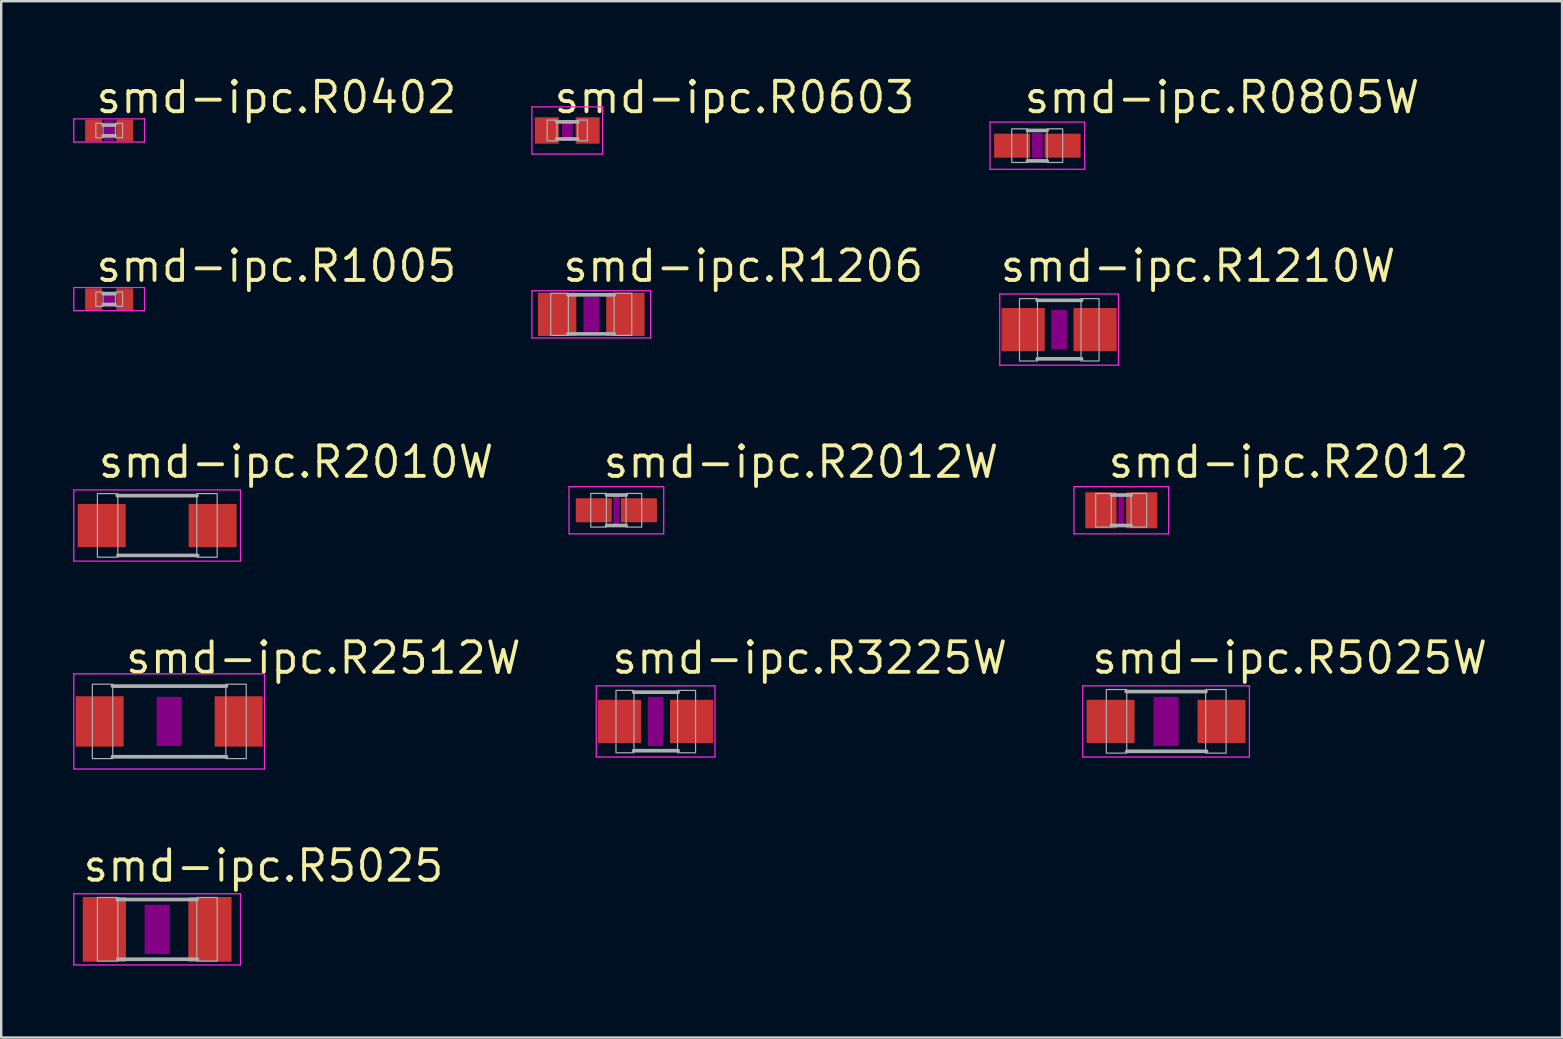
<source format=kicad_pcb>
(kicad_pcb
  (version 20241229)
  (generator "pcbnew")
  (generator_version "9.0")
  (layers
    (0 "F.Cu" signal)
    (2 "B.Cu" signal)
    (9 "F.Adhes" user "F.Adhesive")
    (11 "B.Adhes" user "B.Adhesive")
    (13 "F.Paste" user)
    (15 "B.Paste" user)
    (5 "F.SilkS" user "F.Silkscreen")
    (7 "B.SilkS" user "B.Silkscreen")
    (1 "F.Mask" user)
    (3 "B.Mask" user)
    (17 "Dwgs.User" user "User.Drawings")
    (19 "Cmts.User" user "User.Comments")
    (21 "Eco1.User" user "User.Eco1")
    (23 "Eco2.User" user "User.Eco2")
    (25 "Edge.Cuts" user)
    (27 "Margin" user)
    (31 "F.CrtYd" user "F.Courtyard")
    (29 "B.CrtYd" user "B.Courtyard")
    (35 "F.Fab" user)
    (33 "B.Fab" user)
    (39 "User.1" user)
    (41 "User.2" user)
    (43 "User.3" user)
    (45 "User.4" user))
  (footprint "smd-ipc.R1005"
    (layer "F.Cu")
    (at 1.498 9.413)
    (property "Reference" "smd-ipc.R1005" (at -0.635 -0.635 0) (layer "F.SilkS") (effects (font (size 1.27 1.27) (thickness 0.16)) (justify left bottom)))
    (attr smd)
    (fp_rect (start -0.2 0.3) (end 0.2 -0.3) (stroke (width 0.05) (type default)) (fill yes) (layer "F.Adhes"))
    (fp_line (start -1.473 -0.483) (end 1.473 -0.483) (stroke (width 0.051) (type default)) (layer "F.CrtYd"))
    (fp_line (start -1.473 0.483) (end -1.473 -0.483) (stroke (width 0.051) (type default)) (layer "F.CrtYd"))
    (fp_line (start 1.473 -0.483) (end 1.473 0.483) (stroke (width 0.051) (type default)) (layer "F.CrtYd"))
    (fp_line (start 1.473 0.483) (end -1.473 0.483) (stroke (width 0.051) (type default)) (layer "F.CrtYd"))
    (fp_line (start -0.245 -0.224) (end 0.245 -0.224) (stroke (width 0.152) (type default)) (layer "F.Fab"))
    (fp_line (start 0.245 0.224) (end -0.245 0.224) (stroke (width 0.152) (type default)) (layer "F.Fab"))
    (fp_rect (start -0.554 0.305) (end -0.254 -0.295) (stroke (width 0.05) (type default)) (fill no) (layer "F.Fab"))
    (fp_rect (start 0.259 0.305) (end 0.559 -0.295) (stroke (width 0.05) (type default)) (fill no) (layer "F.Fab"))
    (pad "1" smd roundrect (at -0.65 0) (size 0.7 0.9) (layers "F.Cu" "F.Mask" "F.Paste") (roundrect_rratio 0.01))
    (pad "2" smd roundrect (at 0.65 0) (size 0.7 0.9) (layers "F.Cu" "F.Mask" "F.Paste") (roundrect_rratio 0.01)))
  (footprint "smd-ipc.R5025W"
    (layer "F.Cu")
    (at 45.536 27.01)
    (property "Reference" "smd-ipc.R5025W" (at -3.175 -1.905 0) (layer "F.SilkS") (effects (font (size 1.27 1.27) (thickness 0.16)) (justify left bottom)))
    (attr smd)
    (fp_rect (start -0.5 1) (end 0.5 -1) (stroke (width 0.05) (type default)) (fill yes) (layer "F.Adhes"))
    (fp_line (start -3.473 -1.483) (end 3.473 -1.483) (stroke (width 0.051) (type default)) (layer "F.CrtYd"))
    (fp_line (start -3.473 1.483) (end -3.473 -1.483) (stroke (width 0.051) (type default)) (layer "F.CrtYd"))
    (fp_line (start 3.473 -1.483) (end 3.473 1.483) (stroke (width 0.051) (type default)) (layer "F.CrtYd"))
    (fp_line (start 3.473 1.483) (end -3.473 1.483) (stroke (width 0.051) (type default)) (layer "F.CrtYd"))
    (fp_line (start -1.662 -1.245) (end 1.662 -1.245) (stroke (width 0.152) (type default)) (layer "F.Fab"))
    (fp_line (start -1.637 1.245) (end 1.687 1.245) (stroke (width 0.152) (type default)) (layer "F.Fab"))
    (fp_rect (start -2.489 1.321) (end -1.639 -1.329) (stroke (width 0.05) (type default)) (fill no) (layer "F.Fab"))
    (fp_rect (start 1.651 1.321) (end 2.501 -1.329) (stroke (width 0.05) (type default)) (fill no) (layer "F.Fab"))
    (pad "1" smd roundrect (at -2.311 0) (size 2 1.8) (layers "F.Cu" "F.Mask" "F.Paste") (roundrect_rratio 0.01))
    (pad "2" smd roundrect (at 2.311 0) (size 2 1.8) (layers "F.Cu" "F.Mask" "F.Paste") (roundrect_rratio 0.01)))
  (footprint "smd-ipc.R5025"
    (layer "F.Cu")
    (at 3.498 35.674)
    (property "Reference" "smd-ipc.R5025" (at -3.175 -1.905 0) (layer "F.SilkS") (effects (font (size 1.27 1.27) (thickness 0.16)) (justify left bottom)))
    (attr smd)
    (fp_rect (start -0.5 1) (end 0.5 -1) (stroke (width 0.05) (type default)) (fill yes) (layer "F.Adhes"))
    (fp_line (start -3.473 -1.483) (end 3.473 -1.483) (stroke (width 0.051) (type default)) (layer "F.CrtYd"))
    (fp_line (start -3.473 1.483) (end -3.473 -1.483) (stroke (width 0.051) (type default)) (layer "F.CrtYd"))
    (fp_line (start 3.473 -1.483) (end 3.473 1.483) (stroke (width 0.051) (type default)) (layer "F.CrtYd"))
    (fp_line (start 3.473 1.483) (end -3.473 1.483) (stroke (width 0.051) (type default)) (layer "F.CrtYd"))
    (fp_line (start -1.662 -1.245) (end 1.662 -1.245) (stroke (width 0.152) (type default)) (layer "F.Fab"))
    (fp_line (start -1.637 1.245) (end 1.687 1.245) (stroke (width 0.152) (type default)) (layer "F.Fab"))
    (fp_rect (start -2.489 1.321) (end -1.639 -1.329) (stroke (width 0.05) (type default)) (fill no) (layer "F.Fab"))
    (fp_rect (start 1.651 1.321) (end 2.501 -1.329) (stroke (width 0.05) (type default)) (fill no) (layer "F.Fab"))
    (pad "1" smd roundrect (at -2.2 0) (size 1.8 2.7) (layers "F.Cu" "F.Mask" "F.Paste") (roundrect_rratio 0.01))
    (pad "2" smd roundrect (at 2.2 0) (size 1.8 2.7) (layers "F.Cu" "F.Mask" "F.Paste") (roundrect_rratio 0.01)))
  (footprint "smd-ipc.R2010W"
    (layer "F.Cu")
    (at 3.498 18.847)
    (property "Reference" "smd-ipc.R2010W" (at -2.54 -1.905 0) (layer "F.SilkS") (effects (font (size 1.27 1.27) (thickness 0.16)) (justify left bottom)))
    (attr smd)
    (fp_line (start -3.473 -1.483) (end 3.473 -1.483) (stroke (width 0.051) (type default)) (layer "F.CrtYd"))
    (fp_line (start -3.473 1.483) (end -3.473 -1.483) (stroke (width 0.051) (type default)) (layer "F.CrtYd"))
    (fp_line (start 3.473 -1.483) (end 3.473 1.483) (stroke (width 0.051) (type default)) (layer "F.CrtYd"))
    (fp_line (start 3.473 1.483) (end -3.473 1.483) (stroke (width 0.051) (type default)) (layer "F.CrtYd"))
    (fp_line (start -1.662 -1.245) (end 1.662 -1.245) (stroke (width 0.152) (type default)) (layer "F.Fab"))
    (fp_line (start -1.637 1.245) (end 1.687 1.245) (stroke (width 0.152) (type default)) (layer "F.Fab"))
    (fp_rect (start -2.489 1.321) (end -1.639 -1.329) (stroke (width 0.05) (type default)) (fill no) (layer "F.Fab"))
    (fp_rect (start 1.651 1.321) (end 2.501 -1.329) (stroke (width 0.05) (type default)) (fill no) (layer "F.Fab"))
    (pad "1" smd roundrect (at -2.311 0) (size 2 1.8) (layers "F.Cu" "F.Mask" "F.Paste") (roundrect_rratio 0.01))
    (pad "2" smd roundrect (at 2.311 0) (size 2 1.8) (layers "F.Cu" "F.Mask" "F.Paste") (roundrect_rratio 0.01)))
  (footprint "smd-ipc.R2512W"
    (layer "F.Cu")
    (at 3.998 27.01)
    (property "Reference" "smd-ipc.R2512W" (at -1.905 -1.905 0) (layer "F.SilkS") (effects (font (size 1.27 1.27) (thickness 0.16)) (justify left bottom)))
    (attr smd)
    (fp_rect (start -0.5 1) (end 0.5 -1) (stroke (width 0.05) (type default)) (fill yes) (layer "F.Adhes"))
    (fp_line (start -3.973 -1.983) (end 3.973 -1.983) (stroke (width 0.051) (type default)) (layer "F.CrtYd"))
    (fp_line (start -3.973 1.983) (end -3.973 -1.983) (stroke (width 0.051) (type default)) (layer "F.CrtYd"))
    (fp_line (start 3.973 -1.983) (end 3.973 1.983) (stroke (width 0.051) (type default)) (layer "F.CrtYd"))
    (fp_line (start 3.973 1.983) (end -3.973 1.983) (stroke (width 0.051) (type default)) (layer "F.CrtYd"))
    (fp_line (start -2.362 -1.473) (end 2.387 -1.473) (stroke (width 0.152) (type default)) (layer "F.Fab"))
    (fp_line (start -2.362 1.473) (end 2.387 1.473) (stroke (width 0.152) (type default)) (layer "F.Fab"))
    (fp_rect (start -3.2 1.549) (end -2.35 -1.551) (stroke (width 0.05) (type default)) (fill no) (layer "F.Fab"))
    (fp_rect (start 2.362 1.549) (end 3.212 -1.551) (stroke (width 0.05) (type default)) (fill no) (layer "F.Fab"))
    (pad "1" smd roundrect (at -2.896 0) (size 2 2.1) (layers "F.Cu" "F.Mask" "F.Paste") (roundrect_rratio 0.01))
    (pad "2" smd roundrect (at 2.896 0) (size 2 2.1) (layers "F.Cu" "F.Mask" "F.Paste") (roundrect_rratio 0.01)))
  (footprint "smd-ipc.R0402"
    (layer "F.Cu")
    (at 1.498 2.385)
    (property "Reference" "smd-ipc.R0402" (at -0.635 -0.635 0) (layer "F.SilkS") (effects (font (size 1.27 1.27) (thickness 0.16)) (justify left bottom)))
    (attr smd)
    (fp_rect (start -0.2 0.4) (end 0.2 -0.4) (stroke (width 0.05) (type default)) (fill yes) (layer "F.Adhes"))
    (fp_line (start -1.473 -0.483) (end 1.473 -0.483) (stroke (width 0.051) (type default)) (layer "F.CrtYd"))
    (fp_line (start -1.473 0.483) (end -1.473 -0.483) (stroke (width 0.051) (type default)) (layer "F.CrtYd"))
    (fp_line (start 1.473 -0.483) (end 1.473 0.483) (stroke (width 0.051) (type default)) (layer "F.CrtYd"))
    (fp_line (start 1.473 0.483) (end -1.473 0.483) (stroke (width 0.051) (type default)) (layer "F.CrtYd"))
    (fp_line (start -0.245 -0.224) (end 0.245 -0.224) (stroke (width 0.152) (type default)) (layer "F.Fab"))
    (fp_line (start 0.245 0.224) (end -0.245 0.224) (stroke (width 0.152) (type default)) (layer "F.Fab"))
    (fp_rect (start -0.554 0.305) (end -0.254 -0.295) (stroke (width 0.05) (type default)) (fill no) (layer "F.Fab"))
    (fp_rect (start 0.259 0.305) (end 0.559 -0.295) (stroke (width 0.05) (type default)) (fill no) (layer "F.Fab"))
    (pad "1" smd roundrect (at -0.65 0) (size 0.7 0.9) (layers "F.Cu" "F.Mask" "F.Paste") (roundrect_rratio 0.01))
    (pad "2" smd roundrect (at 0.65 0) (size 0.7 0.9) (layers "F.Cu" "F.Mask" "F.Paste") (roundrect_rratio 0.01)))
  (footprint "smd-ipc.R1210W"
    (layer "F.Cu")
    (at 41.08 10.683)
    (property "Reference" "smd-ipc.R1210W" (at -2.54 -1.905 0) (layer "F.SilkS") (effects (font (size 1.27 1.27) (thickness 0.16)) (justify left bottom)))
    (attr smd)
    (fp_rect (start -0.3 0.8) (end 0.3 -0.8) (stroke (width 0.05) (type default)) (fill yes) (layer "F.Adhes"))
    (fp_line (start -2.473 -1.483) (end 2.473 -1.483) (stroke (width 0.051) (type default)) (layer "F.CrtYd"))
    (fp_line (start -2.473 1.483) (end -2.473 -1.483) (stroke (width 0.051) (type default)) (layer "F.CrtYd"))
    (fp_line (start 2.473 -1.483) (end 2.473 1.483) (stroke (width 0.051) (type default)) (layer "F.CrtYd"))
    (fp_line (start 2.473 1.483) (end -2.473 1.483) (stroke (width 0.051) (type default)) (layer "F.CrtYd"))
    (fp_line (start -0.913 -1.219) (end 0.939 -1.219) (stroke (width 0.152) (type default)) (layer "F.Fab"))
    (fp_line (start -0.913 1.219) (end 0.939 1.219) (stroke (width 0.152) (type default)) (layer "F.Fab"))
    (fp_rect (start -1.651 1.308) (end -0.901 -1.292) (stroke (width 0.05) (type default)) (fill no) (layer "F.Fab"))
    (fp_rect (start 0.914 1.308) (end 1.665 -1.292) (stroke (width 0.05) (type default)) (fill no) (layer "F.Fab"))
    (pad "1" smd roundrect (at -1.499 0) (size 1.8 1.8) (layers "F.Cu" "F.Mask" "F.Paste") (roundrect_rratio 0.01))
    (pad "2" smd roundrect (at 1.499 0) (size 1.8 1.8) (layers "F.Cu" "F.Mask" "F.Paste") (roundrect_rratio 0.01)))
  (footprint "smd-ipc.R2012W"
    (layer "F.Cu")
    (at 22.632 18.212)
    (property "Reference" "smd-ipc.R2012W" (at -0.635 -1.27 0) (layer "F.SilkS") (effects (font (size 1.27 1.27) (thickness 0.16)) (justify left bottom)))
    (attr smd)
    (fp_rect (start -0.1 0.6) (end 0.1 -0.6) (stroke (width 0.05) (type default)) (fill yes) (layer "F.Adhes"))
    (fp_line (start -1.973 -0.983) (end 1.973 -0.983) (stroke (width 0.051) (type default)) (layer "F.CrtYd"))
    (fp_line (start -1.973 0.983) (end -1.973 -0.983) (stroke (width 0.051) (type default)) (layer "F.CrtYd"))
    (fp_line (start 1.973 -0.983) (end 1.973 0.983) (stroke (width 0.051) (type default)) (layer "F.CrtYd"))
    (fp_line (start 1.973 0.983) (end -1.973 0.983) (stroke (width 0.051) (type default)) (layer "F.CrtYd"))
    (fp_line (start -0.41 -0.635) (end 0.41 -0.635) (stroke (width 0.152) (type default)) (layer "F.Fab"))
    (fp_line (start -0.41 0.635) (end 0.41 0.635) (stroke (width 0.152) (type default)) (layer "F.Fab"))
    (fp_rect (start -1.067 0.699) (end -0.417 -0.702) (stroke (width 0.05) (type default)) (fill no) (layer "F.Fab"))
    (fp_rect (start 0.406 0.699) (end 1.056 -0.702) (stroke (width 0.05) (type default)) (fill no) (layer "F.Fab"))
    (pad "1" smd roundrect (at -0.94 0) (size 1.5 1) (layers "F.Cu" "F.Mask" "F.Paste") (roundrect_rratio 0.01))
    (pad "2" smd roundrect (at 0.94 0) (size 1.5 1) (layers "F.Cu" "F.Mask" "F.Paste") (roundrect_rratio 0.01)))
  (footprint "smd-ipc.R0603"
    (layer "F.Cu")
    (at 20.586 2.385)
    (property "Reference" "smd-ipc.R0603" (at -0.635 -0.635 0) (layer "F.SilkS") (effects (font (size 1.27 1.27) (thickness 0.16)) (justify left bottom)))
    (attr smd)
    (fp_rect (start -0.2 0.4) (end 0.2 -0.4) (stroke (width 0.05) (type default)) (fill yes) (layer "F.Adhes"))
    (fp_line (start -1.473 -0.983) (end 1.473 -0.983) (stroke (width 0.051) (type default)) (layer "F.CrtYd"))
    (fp_line (start -1.473 0.983) (end -1.473 -0.983) (stroke (width 0.051) (type default)) (layer "F.CrtYd"))
    (fp_line (start 1.473 -0.983) (end 1.473 0.983) (stroke (width 0.051) (type default)) (layer "F.CrtYd"))
    (fp_line (start 1.473 0.983) (end -1.473 0.983) (stroke (width 0.051) (type default)) (layer "F.CrtYd"))
    (fp_line (start -0.432 0.356) (end 0.432 0.356) (stroke (width 0.152) (type default)) (layer "F.Fab"))
    (fp_line (start 0.432 -0.356) (end -0.432 -0.356) (stroke (width 0.152) (type default)) (layer "F.Fab"))
    (fp_rect (start -0.838 0.432) (end -0.432 -0.432) (stroke (width 0.05) (type default)) (fill no) (layer "F.Fab"))
    (fp_rect (start 0.432 0.432) (end 0.838 -0.432) (stroke (width 0.05) (type default)) (fill no) (layer "F.Fab"))
    (pad "1" smd roundrect (at -0.85 0) (size 1 1.1) (layers "F.Cu" "F.Mask" "F.Paste") (roundrect_rratio 0.01))
    (pad "2" smd roundrect (at 0.85 0) (size 1 1.1) (layers "F.Cu" "F.Mask" "F.Paste") (roundrect_rratio 0.01)))
  (footprint "smd-ipc.R0805W"
    (layer "F.Cu")
    (at 40.173 3.02)
    (property "Reference" "smd-ipc.R0805W" (at -0.635 -1.27 0) (layer "F.SilkS") (effects (font (size 1.27 1.27) (thickness 0.16)) (justify left bottom)))
    (attr smd)
    (fp_rect (start -0.2 0.5) (end 0.2 -0.5) (stroke (width 0.05) (type default)) (fill yes) (layer "F.Adhes"))
    (fp_line (start -1.973 -0.983) (end 1.973 -0.983) (stroke (width 0.051) (type default)) (layer "F.CrtYd"))
    (fp_line (start -1.973 0.983) (end -1.973 -0.983) (stroke (width 0.051) (type default)) (layer "F.CrtYd"))
    (fp_line (start 1.973 -0.983) (end 1.973 0.983) (stroke (width 0.051) (type default)) (layer "F.CrtYd"))
    (fp_line (start 1.973 0.983) (end -1.973 0.983) (stroke (width 0.051) (type default)) (layer "F.CrtYd"))
    (fp_line (start -0.41 -0.635) (end 0.41 -0.635) (stroke (width 0.152) (type default)) (layer "F.Fab"))
    (fp_line (start -0.41 0.635) (end 0.41 0.635) (stroke (width 0.152) (type default)) (layer "F.Fab"))
    (fp_rect (start -1.067 0.699) (end -0.417 -0.702) (stroke (width 0.05) (type default)) (fill no) (layer "F.Fab"))
    (fp_rect (start 0.406 0.699) (end 1.056 -0.702) (stroke (width 0.05) (type default)) (fill no) (layer "F.Fab"))
    (pad "1" smd roundrect (at -1.052 0) (size 1.5 1) (layers "F.Cu" "F.Mask" "F.Paste") (roundrect_rratio 0.01))
    (pad "2" smd roundrect (at 1.052 0) (size 1.5 1) (layers "F.Cu" "F.Mask" "F.Paste") (roundrect_rratio 0.01)))
  (footprint "smd-ipc.R3225W"
    (layer "F.Cu")
    (at 24.267 27.01)
    (property "Reference" "smd-ipc.R3225W" (at -1.905 -1.905 0) (layer "F.SilkS") (effects (font (size 1.27 1.27) (thickness 0.16)) (justify left bottom)))
    (attr smd)
    (fp_rect (start -0.3 1) (end 0.3 -1) (stroke (width 0.05) (type default)) (fill yes) (layer "F.Adhes"))
    (fp_line (start -2.473 -1.483) (end 2.473 -1.483) (stroke (width 0.051) (type default)) (layer "F.CrtYd"))
    (fp_line (start -2.473 1.483) (end -2.473 -1.483) (stroke (width 0.051) (type default)) (layer "F.CrtYd"))
    (fp_line (start 2.473 -1.483) (end 2.473 1.483) (stroke (width 0.051) (type default)) (layer "F.CrtYd"))
    (fp_line (start 2.473 1.483) (end -2.473 1.483) (stroke (width 0.051) (type default)) (layer "F.CrtYd"))
    (fp_line (start -0.913 -1.219) (end 0.939 -1.219) (stroke (width 0.152) (type default)) (layer "F.Fab"))
    (fp_line (start -0.913 1.219) (end 0.939 1.219) (stroke (width 0.152) (type default)) (layer "F.Fab"))
    (fp_rect (start -1.651 1.308) (end -0.901 -1.292) (stroke (width 0.05) (type default)) (fill no) (layer "F.Fab"))
    (fp_rect (start 0.914 1.308) (end 1.665 -1.292) (stroke (width 0.05) (type default)) (fill no) (layer "F.Fab"))
    (pad "1" smd roundrect (at -1.499 0) (size 1.8 1.8) (layers "F.Cu" "F.Mask" "F.Paste") (roundrect_rratio 0.01))
    (pad "2" smd roundrect (at 1.499 0) (size 1.8 1.8) (layers "F.Cu" "F.Mask" "F.Paste") (roundrect_rratio 0.01)))
  (footprint "smd-ipc.R1206"
    (layer "F.Cu")
    (at 21.586 10.048)
    (property "Reference" "smd-ipc.R1206" (at -1.27 -1.27 0) (layer "F.SilkS") (effects (font (size 1.27 1.27) (thickness 0.16)) (justify left bottom)))
    (attr smd)
    (fp_rect (start -0.3 0.7) (end 0.3 -0.7) (stroke (width 0.05) (type default)) (fill yes) (layer "F.Adhes"))
    (fp_line (start -2.473 -0.983) (end 2.473 -0.983) (stroke (width 0.051) (type default)) (layer "F.CrtYd"))
    (fp_line (start -2.473 0.983) (end -2.473 -0.983) (stroke (width 0.051) (type default)) (layer "F.CrtYd"))
    (fp_line (start 2.473 -0.983) (end 2.473 0.983) (stroke (width 0.051) (type default)) (layer "F.CrtYd"))
    (fp_line (start 2.473 0.983) (end -2.473 0.983) (stroke (width 0.051) (type default)) (layer "F.CrtYd"))
    (fp_line (start 0.953 -0.813) (end -0.965 -0.813) (stroke (width 0.152) (type default)) (layer "F.Fab"))
    (fp_line (start 0.953 0.813) (end -0.965 0.813) (stroke (width 0.152) (type default)) (layer "F.Fab"))
    (fp_rect (start -1.689 0.876) (end -0.953 -0.876) (stroke (width 0.05) (type default)) (fill no) (layer "F.Fab"))
    (fp_rect (start 0.953 0.876) (end 1.689 -0.876) (stroke (width 0.05) (type default)) (fill no) (layer "F.Fab"))
    (pad "1" smd roundrect (at -1.422 0) (size 1.6 1.803) (layers "F.Cu" "F.Mask" "F.Paste") (roundrect_rratio 0.01))
    (pad "2" smd roundrect (at 1.422 0) (size 1.6 1.803) (layers "F.Cu" "F.Mask" "F.Paste") (roundrect_rratio 0.01)))
  (footprint "smd-ipc.R2012"
    (layer "F.Cu")
    (at 43.671 18.212)
    (property "Reference" "smd-ipc.R2012" (at -0.635 -1.27 0) (layer "F.SilkS") (effects (font (size 1.27 1.27) (thickness 0.16)) (justify left bottom)))
    (attr smd)
    (fp_rect (start -0.1 0.6) (end 0.1 -0.6) (stroke (width 0.05) (type default)) (fill yes) (layer "F.Adhes"))
    (fp_line (start -1.973 -0.983) (end 1.973 -0.983) (stroke (width 0.051) (type default)) (layer "F.CrtYd"))
    (fp_line (start -1.973 0.983) (end -1.973 -0.983) (stroke (width 0.051) (type default)) (layer "F.CrtYd"))
    (fp_line (start 1.973 -0.983) (end 1.973 0.983) (stroke (width 0.051) (type default)) (layer "F.CrtYd"))
    (fp_line (start 1.973 0.983) (end -1.973 0.983) (stroke (width 0.051) (type default)) (layer "F.CrtYd"))
    (fp_line (start -0.41 -0.635) (end 0.41 -0.635) (stroke (width 0.152) (type default)) (layer "F.Fab"))
    (fp_line (start -0.41 0.635) (end 0.41 0.635) (stroke (width 0.152) (type default)) (layer "F.Fab"))
    (fp_rect (start -1.067 0.699) (end -0.417 -0.702) (stroke (width 0.05) (type default)) (fill no) (layer "F.Fab"))
    (fp_rect (start 0.406 0.699) (end 1.056 -0.702) (stroke (width 0.05) (type default)) (fill no) (layer "F.Fab"))
    (pad "1" smd roundrect (at -0.85 0) (size 1.3 1.5) (layers "F.Cu" "F.Mask" "F.Paste") (roundrect_rratio 0.01))
    (pad "2" smd roundrect (at 0.85 0) (size 1.3 1.5) (layers "F.Cu" "F.Mask" "F.Paste") (roundrect_rratio 0.01)))
  (gr_rect
    (start -3 -3)
    (end 62.037 40.182)
    (stroke (width 0.1) (type default))
    (fill no)
    (layer "Edge.Cuts")))
</source>
